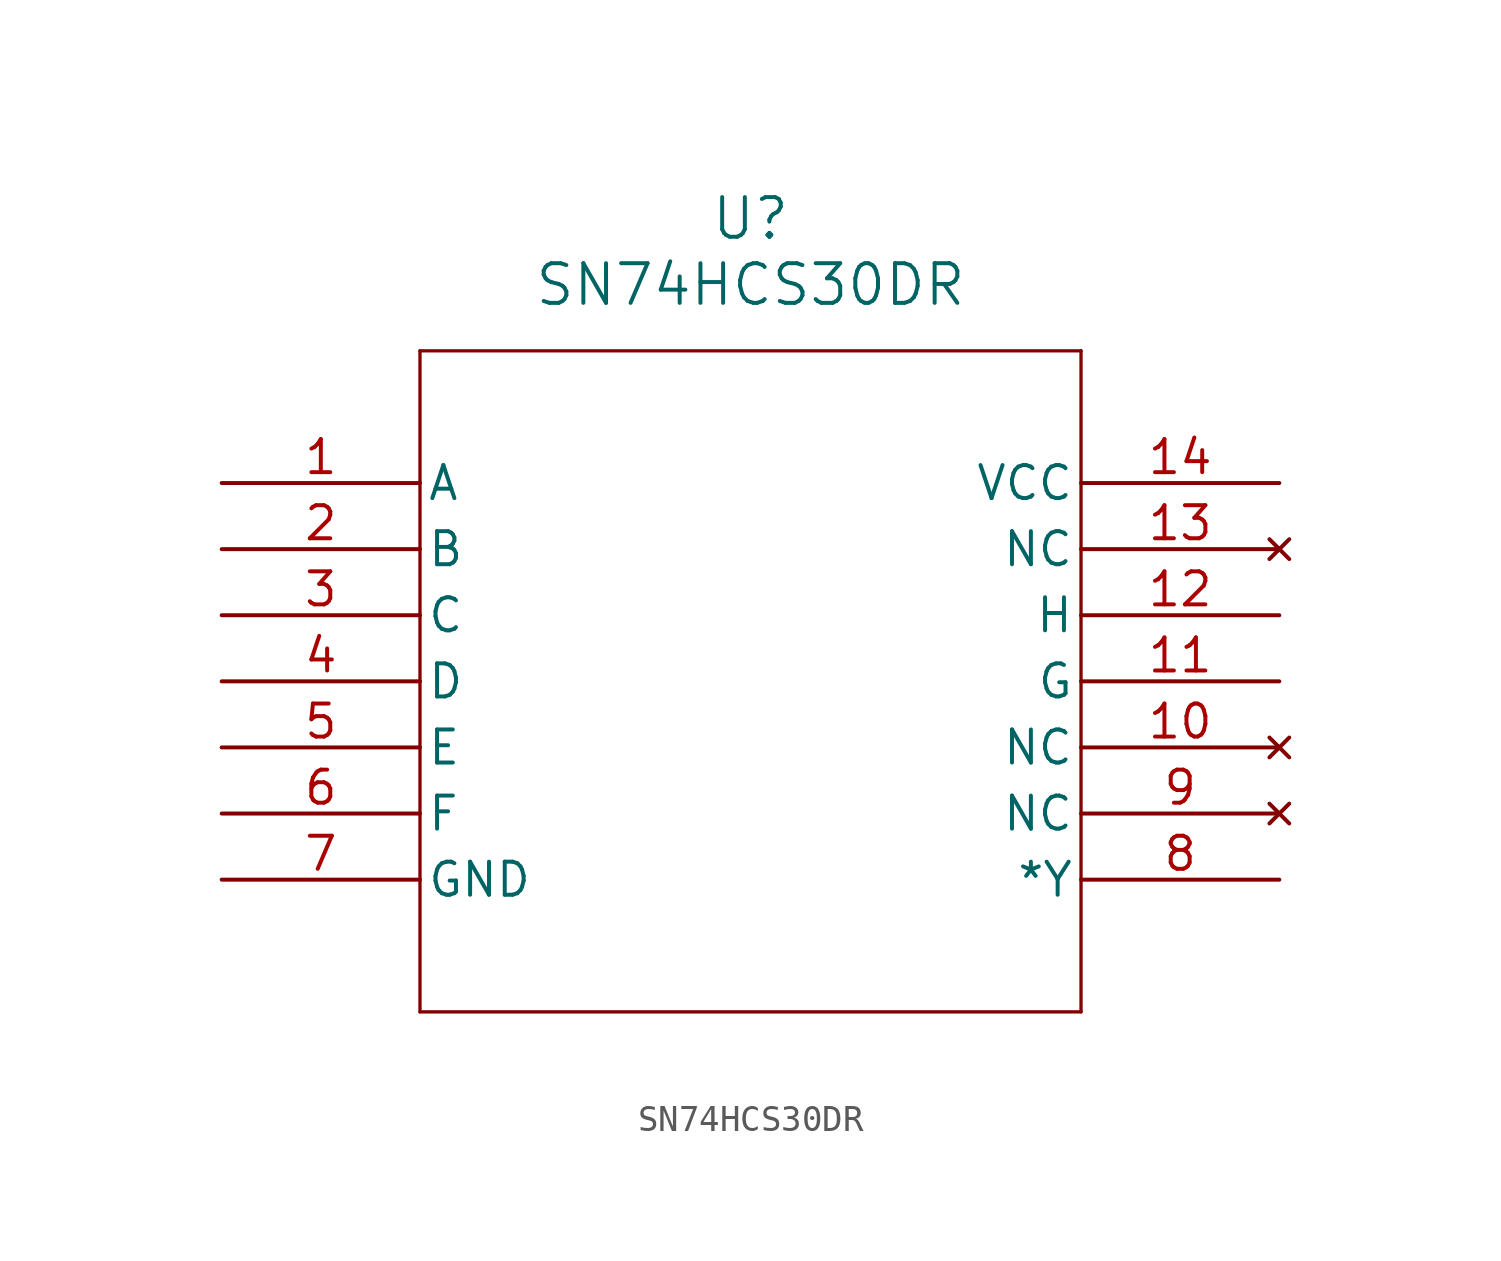
<source format=kicad_sym>
(kicad_symbol_lib
  (version 20211014)
  (generator kicad_symbol_editor)
  (symbol "SN74HCS30DR"
    (pin_names
      (offset 0.254))
    (property "Reference" "U"
      (at 20.32 10.16 0)
      (effects (font (size 1.524 1.524))))
    (property "Value" "SN74HCS30DR"
      (at 20.32 7.62 0)
      (effects (font (size 1.524 1.524))))
    (symbol "SN74HCS30DR_0_1"
      (polyline (pts (xy 7.62 5.08) (xy 7.62 -20.32)) (stroke (width 0.127) (type default) (color 0 0 0 0)) (fill (type none)))
      (polyline (pts (xy 7.62 -20.32) (xy 33.02 -20.32)) (stroke (width 0.127) (type default) (color 0 0 0 0)) (fill (type none)))
      (polyline (pts (xy 33.02 -20.32) (xy 33.02 5.08)) (stroke (width 0.127) (type default) (color 0 0 0 0)) (fill (type none)))
      (polyline (pts (xy 33.02 5.08) (xy 7.62 5.08)) (stroke (width 0.127) (type default) (color 0 0 0 0)) (fill (type none)))
      (pin input line (at 0 0 0) (length 7.62) (name "A" (effects (font (size 1.27 1.27)))) (number "1" (effects (font (size 1.27 1.27)))))
      (pin input line (at 0 -2.54 0) (length 7.62) (name "B" (effects (font (size 1.27 1.27)))) (number "2" (effects (font (size 1.27 1.27)))))
      (pin input line (at 0 -5.08 0) (length 7.62) (name "C" (effects (font (size 1.27 1.27)))) (number "3" (effects (font (size 1.27 1.27)))))
      (pin input line (at 0 -7.62 0) (length 7.62) (name "D" (effects (font (size 1.27 1.27)))) (number "4" (effects (font (size 1.27 1.27)))))
      (pin input line (at 0 -10.16 0) (length 7.62) (name "E" (effects (font (size 1.27 1.27)))) (number "5" (effects (font (size 1.27 1.27)))))
      (pin input line (at 0 -12.7 0) (length 7.62) (name "F" (effects (font (size 1.27 1.27)))) (number "6" (effects (font (size 1.27 1.27)))))
      (pin power_out line (at 0 -15.24 0) (length 7.62) (name "GND" (effects (font (size 1.27 1.27)))) (number "7" (effects (font (size 1.27 1.27)))))
      (pin output line (at 40.64 -15.24 180) (length 7.62) (name "*Y" (effects (font (size 1.27 1.27)))) (number "8" (effects (font (size 1.27 1.27)))))
      (pin no_connect line (at 40.64 -12.7 180) (length 7.62) (name "NC" (effects (font (size 1.27 1.27)))) (number "9" (effects (font (size 1.27 1.27)))))
      (pin no_connect line (at 40.64 -10.16 180) (length 7.62) (name "NC" (effects (font (size 1.27 1.27)))) (number "10" (effects (font (size 1.27 1.27)))))
      (pin input line (at 40.64 -7.62 180) (length 7.62) (name "G" (effects (font (size 1.27 1.27)))) (number "11" (effects (font (size 1.27 1.27)))))
      (pin input line (at 40.64 -5.08 180) (length 7.62) (name "H" (effects (font (size 1.27 1.27)))) (number "12" (effects (font (size 1.27 1.27)))))
      (pin no_connect line (at 40.64 -2.54 180) (length 7.62) (name "NC" (effects (font (size 1.27 1.27)))) (number "13" (effects (font (size 1.27 1.27)))))
      (pin power_in line (at 40.64 0 180) (length 7.62) (name "VCC" (effects (font (size 1.27 1.27)))) (number "14" (effects (font (size 1.27 1.27))))))))
</source>
